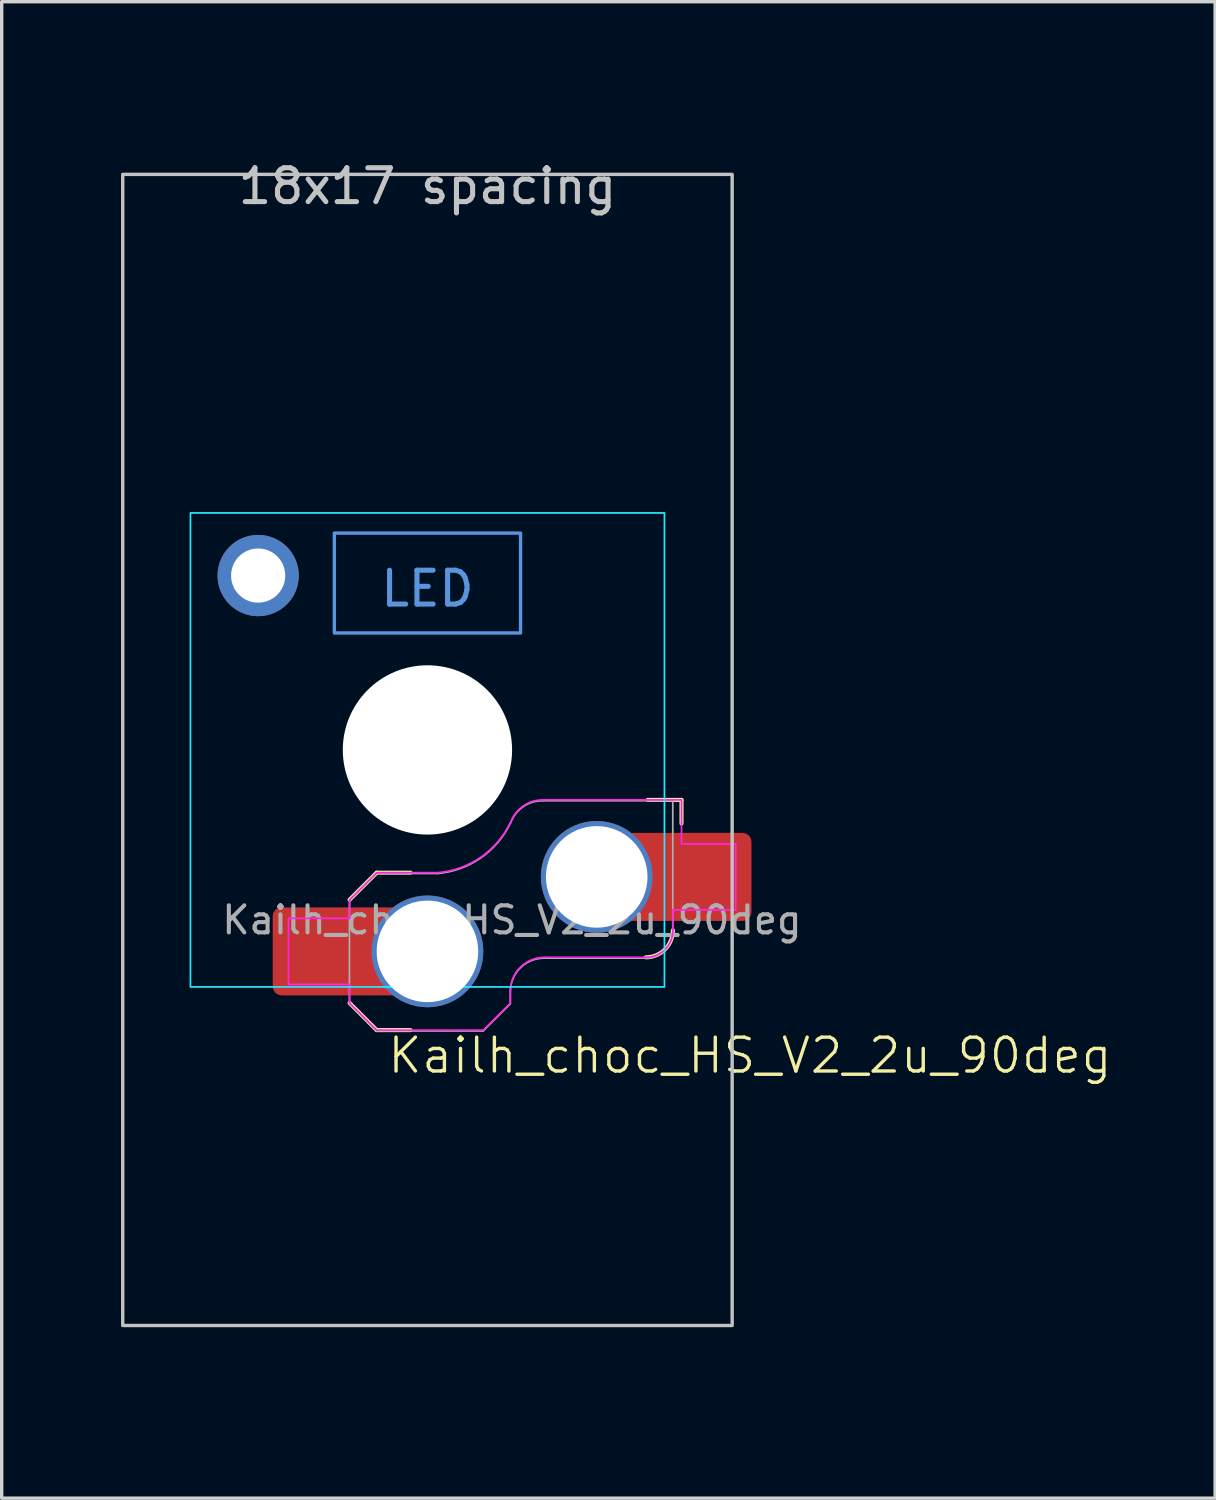
<source format=kicad_pcb>
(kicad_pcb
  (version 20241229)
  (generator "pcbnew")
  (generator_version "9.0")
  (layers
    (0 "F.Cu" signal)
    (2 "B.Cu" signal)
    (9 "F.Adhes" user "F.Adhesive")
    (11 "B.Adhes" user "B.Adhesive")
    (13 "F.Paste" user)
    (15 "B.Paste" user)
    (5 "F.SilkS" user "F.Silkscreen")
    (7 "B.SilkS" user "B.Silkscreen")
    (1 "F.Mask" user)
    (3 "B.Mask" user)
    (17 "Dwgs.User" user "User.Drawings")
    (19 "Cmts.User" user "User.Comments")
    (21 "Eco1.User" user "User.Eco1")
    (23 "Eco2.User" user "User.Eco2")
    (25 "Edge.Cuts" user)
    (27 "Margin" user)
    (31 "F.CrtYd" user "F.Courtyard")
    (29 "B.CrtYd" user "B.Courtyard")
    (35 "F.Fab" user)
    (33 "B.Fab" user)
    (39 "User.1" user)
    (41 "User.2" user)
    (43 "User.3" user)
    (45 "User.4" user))
  (footprint "Kailh_choc_HS_V2_2u_90deg"
    (layer "F.Cu")
    (at 9.575 19.1)
    (property "Reference" "Kailh_choc_HS_V2_2u_90deg" (at 9.525 9.025 0) (unlocked yes) (layer "F.SilkS") (effects (font (size 1 1) (thickness 0.1))))
    (fp_line (start -2.3 7.475) (end -1.5 8.275) (stroke (width 0.12) (type solid)) (layer "F.SilkS"))
    (fp_line (start -1.5 3.625) (end -2.3 4.425) (stroke (width 0.12) (type solid)) (layer "F.SilkS"))
    (fp_line (start -1.5 3.625) (end -0.5 3.625) (stroke (width 0.12) (type solid)) (layer "F.SilkS"))
    (fp_line (start -1.5 8.275) (end -0.5 8.275) (stroke (width 0.12) (type solid)) (layer "F.SilkS"))
    (fp_line (start 7.504 1.475) (end 6.504 1.475) (stroke (width 0.12) (type solid)) (layer "F.SilkS"))
    (fp_line (start 7.504 1.475) (end 7.504 2.175) (stroke (width 0.12) (type solid)) (layer "F.SilkS"))
    (fp_arc (start 7.25 5.325) (mid 7.015685 5.890685) (end 6.45 6.125) (stroke (width 0.12) (type solid)) (layer "F.SilkS"))
    (fp_rect (start -9 -17) (end 9 17) (stroke (width 0.1) (type solid)) (fill no) (layer "Dwgs.User"))
    (fp_rect (start -2.75 -6.405) (end 2.75 -3.455) (stroke (width 0.1) (type default)) (fill no) (layer "Cmts.User"))
    (fp_rect (start -9.525 -19.05) (end 9.525 19.05) (stroke (width 0.1) (type solid)) (fill no) (layer "Eco1.User"))
    (fp_line (start -6.95 6.45) (end -6.95 -6.45) (stroke (width 0.05) (type solid)) (layer "Eco2.User"))
    (fp_line (start -6.45 -6.95) (end 6.45 -6.95) (stroke (width 0.05) (type solid)) (layer "Eco2.User"))
    (fp_line (start 6.45 6.95) (end -6.45 6.95) (stroke (width 0.05) (type solid)) (layer "Eco2.User"))
    (fp_line (start 6.95 -6.45) (end 6.95 6.45) (stroke (width 0.05) (type solid)) (layer "Eco2.User"))
    (fp_arc (start -6.95 -6.45) (mid -6.803553 -6.803553) (end -6.45 -6.95) (stroke (width 0.05) (type solid)) (layer "Eco2.User"))
    (fp_arc (start -6.45 6.95) (mid -6.803553 6.803553) (end -6.95 6.45) (stroke (width 0.05) (type solid)) (layer "Eco2.User"))
    (fp_arc (start 6.45 -6.95) (mid 6.803553 -6.803553) (end 6.95 -6.45) (stroke (width 0.05) (type solid)) (layer "Eco2.User"))
    (fp_arc (start 6.95 6.45) (mid 6.803553 6.803553) (end 6.45 6.95) (stroke (width 0.05) (type solid)) (layer "Eco2.User"))
    (fp_arc (start 6.95 6.45) (mid 6.803553 6.803553) (end 6.45 6.95) (stroke (width 0.05) (type solid)) (layer "Eco2.User"))
    (fp_rect (start -7 -7) (end 7 7) (stroke (width 0.05) (type default)) (fill no) (layer "B.CrtYd"))
    (fp_line (start -4.104 4.975) (end -4.104 6.925) (stroke (width 0.05) (type solid)) (layer "F.CrtYd"))
    (fp_line (start -4.104 4.975) (end -2.3 4.975) (stroke (width 0.05) (type solid)) (layer "F.CrtYd"))
    (fp_line (start -4.104 6.925) (end -2.3 6.925) (stroke (width 0.05) (type solid)) (layer "F.CrtYd"))
    (fp_line (start -2.3 4.975) (end -2.3 4.425) (stroke (width 0.05) (type solid)) (layer "F.CrtYd"))
    (fp_line (start -2.3 7.475) (end -2.3 6.925) (stroke (width 0.05) (type solid)) (layer "F.CrtYd"))
    (fp_line (start -2.3 7.475) (end -1.5 8.275) (stroke (width 0.05) (type solid)) (layer "F.CrtYd"))
    (fp_line (start -1.5 3.625) (end -2.3 4.425) (stroke (width 0.05) (type solid)) (layer "F.CrtYd"))
    (fp_line (start -1.5 3.625) (end 0.3 3.625) (stroke (width 0.05) (type solid)) (layer "F.CrtYd"))
    (fp_line (start -1.5 8.275) (end 1.65 8.275) (stroke (width 0.05) (type solid)) (layer "F.CrtYd"))
    (fp_line (start 2.45 7.475) (end 1.65 8.275) (stroke (width 0.05) (type solid)) (layer "F.CrtYd"))
    (fp_line (start 2.45 7.475) (end 2.45 7.125) (stroke (width 0.05) (type solid)) (layer "F.CrtYd"))
    (fp_line (start 3.45 6.125) (end 6.45 6.125) (stroke (width 0.05) (type solid)) (layer "F.CrtYd"))
    (fp_line (start 7.25 4.725) (end 9.104 4.725) (stroke (width 0.05) (type solid)) (layer "F.CrtYd"))
    (fp_line (start 7.25 5.325) (end 7.25 4.725) (stroke (width 0.05) (type solid)) (layer "F.CrtYd"))
    (fp_line (start 7.504 1.475) (end 3.4 1.475) (stroke (width 0.05) (type solid)) (layer "F.CrtYd"))
    (fp_line (start 7.504 1.475) (end 7.504 2.175) (stroke (width 0.05) (type solid)) (layer "F.CrtYd"))
    (fp_line (start 7.504 2.175) (end 7.504 2.775) (stroke (width 0.05) (type solid)) (layer "F.CrtYd"))
    (fp_line (start 9.104 2.775) (end 7.504 2.775) (stroke (width 0.05) (type solid)) (layer "F.CrtYd"))
    (fp_line (start 9.104 4.725) (end 9.104 2.775) (stroke (width 0.05) (type solid)) (layer "F.CrtYd"))
    (fp_arc (start 2.45 7.125) (mid 2.742893 6.417893) (end 3.45 6.125) (stroke (width 0.05) (type solid)) (layer "F.CrtYd"))
    (fp_arc (start 2.455444 2.13293) (mid 1.577272 3.167235) (end 0.299999 3.624999) (stroke (width 0.05) (type solid)) (layer "F.CrtYd"))
    (fp_arc (start 2.460307 2.13298) (mid 2.826423 1.655848) (end 3.4 1.475) (stroke (width 0.05) (type solid)) (layer "F.CrtYd"))
    (fp_arc (start 7.25 5.325) (mid 7.015685 5.890685) (end 6.45 6.125) (stroke (width 0.05) (type solid)) (layer "F.CrtYd"))
    (fp_line (start -2.304 7.5) (end -2.304 4.45) (stroke (width 0.05) (type solid)) (layer "F.Fab"))
    (fp_line (start -2.304 7.5) (end -1.504 8.3) (stroke (width 0.05) (type solid)) (layer "F.Fab"))
    (fp_line (start -1.504 3.65) (end -2.304 4.45) (stroke (width 0.05) (type solid)) (layer "F.Fab"))
    (fp_line (start -1.504 3.65) (end 0.296 3.65) (stroke (width 0.05) (type solid)) (layer "F.Fab"))
    (fp_line (start -1.504 8.3) (end 1.646 8.3) (stroke (width 0.05) (type solid)) (layer "F.Fab"))
    (fp_line (start 2.446 7.5) (end 1.646 8.3) (stroke (width 0.05) (type solid)) (layer "F.Fab"))
    (fp_line (start 2.446 7.5) (end 2.446 7.15) (stroke (width 0.05) (type solid)) (layer "F.Fab"))
    (fp_line (start 3.446 6.15) (end 6.446 6.15) (stroke (width 0.05) (type solid)) (layer "F.Fab"))
    (fp_line (start 7.246 1.5) (end 3.396 1.5) (stroke (width 0.05) (type solid)) (layer "F.Fab"))
    (fp_line (start 7.246 5.35) (end 7.246 1.5) (stroke (width 0.05) (type solid)) (layer "F.Fab"))
    (fp_arc (start 2.446 7.15) (mid 2.738893 6.442893) (end 3.446 6.15) (stroke (width 0.05) (type solid)) (layer "F.Fab"))
    (fp_arc (start 2.451444 2.15793) (mid 1.573272 3.192235) (end 0.295999 3.649999) (stroke (width 0.05) (type solid)) (layer "F.Fab"))
    (fp_arc (start 2.456307 2.15798) (mid 2.822423 1.680848) (end 3.396 1.5) (stroke (width 0.05) (type solid)) (layer "F.Fab"))
    (fp_arc (start 7.246 5.35) (mid 7.011685 5.915685) (end 6.446 6.15) (stroke (width 0.05) (type solid)) (layer "F.Fab"))
    (fp_text user "18x17 spacing" (at 0 -16.65 180) (layer "Dwgs.User") (effects (font (size 1 1) (thickness 0.15))))
    (fp_text user "LED" (at 0 -4.763 0) (unlocked yes) (layer "Cmts.User") (effects (font (size 1 1) (thickness 0.15))))
    (fp_text user "19.05 spacing" (at 0 -17.75 180) (layer "Eco1.User") (effects (font (size 1 1) (thickness 0.15))))
    (fp_text user "${REFERENCE}" (at 2.496 5.025 0) (layer "F.Fab") (effects (font (size 0.8 0.8) (thickness 0.12))))
    (pad "" np_thru_hole circle (at 0 0 180) (size 5 5) (drill 5) (layers "*.Cu" "*.Mask"))
    (pad "1" thru_hole circle (at 5 3.75) (size 3.3 3.3) (drill 3) (property pad_prop_mechanical) (layers "*.Cu" "F.Mask"))
    (pad "1" smd rect (at 6.55 3.75) (size 1.2 2.6) (layers "F.Cu"))
    (pad "1" smd roundrect (at 8.245 3.75) (size 2.65 2.6) (layers "F.Cu" "F.Mask" "F.Paste") (roundrect_rratio 0.1))
    (pad "2" smd roundrect (at -3.245 5.95) (size 2.65 2.6) (layers "F.Cu" "F.Mask" "F.Paste") (roundrect_rratio 0.1))
    (pad "2" smd rect (at -1.55 5.95 180) (size 1.2 2.6) (layers "F.Cu"))
    (pad "2" thru_hole circle (at 0 5.95) (size 3.3 3.3) (drill 3) (property pad_prop_mechanical) (layers "*.Cu" "F.Mask"))
    (pad "MP" thru_hole circle (at -5 -5.15 180) (size 2.4 2.4) (drill 1.6) (layers "*.Cu" "F.Mask")))
  (gr_rect
    (start -3 -3)
    (end 32.84 41.2)
    (stroke (width 0.1) (type default))
    (fill no)
    (layer "Edge.Cuts")))
</source>
